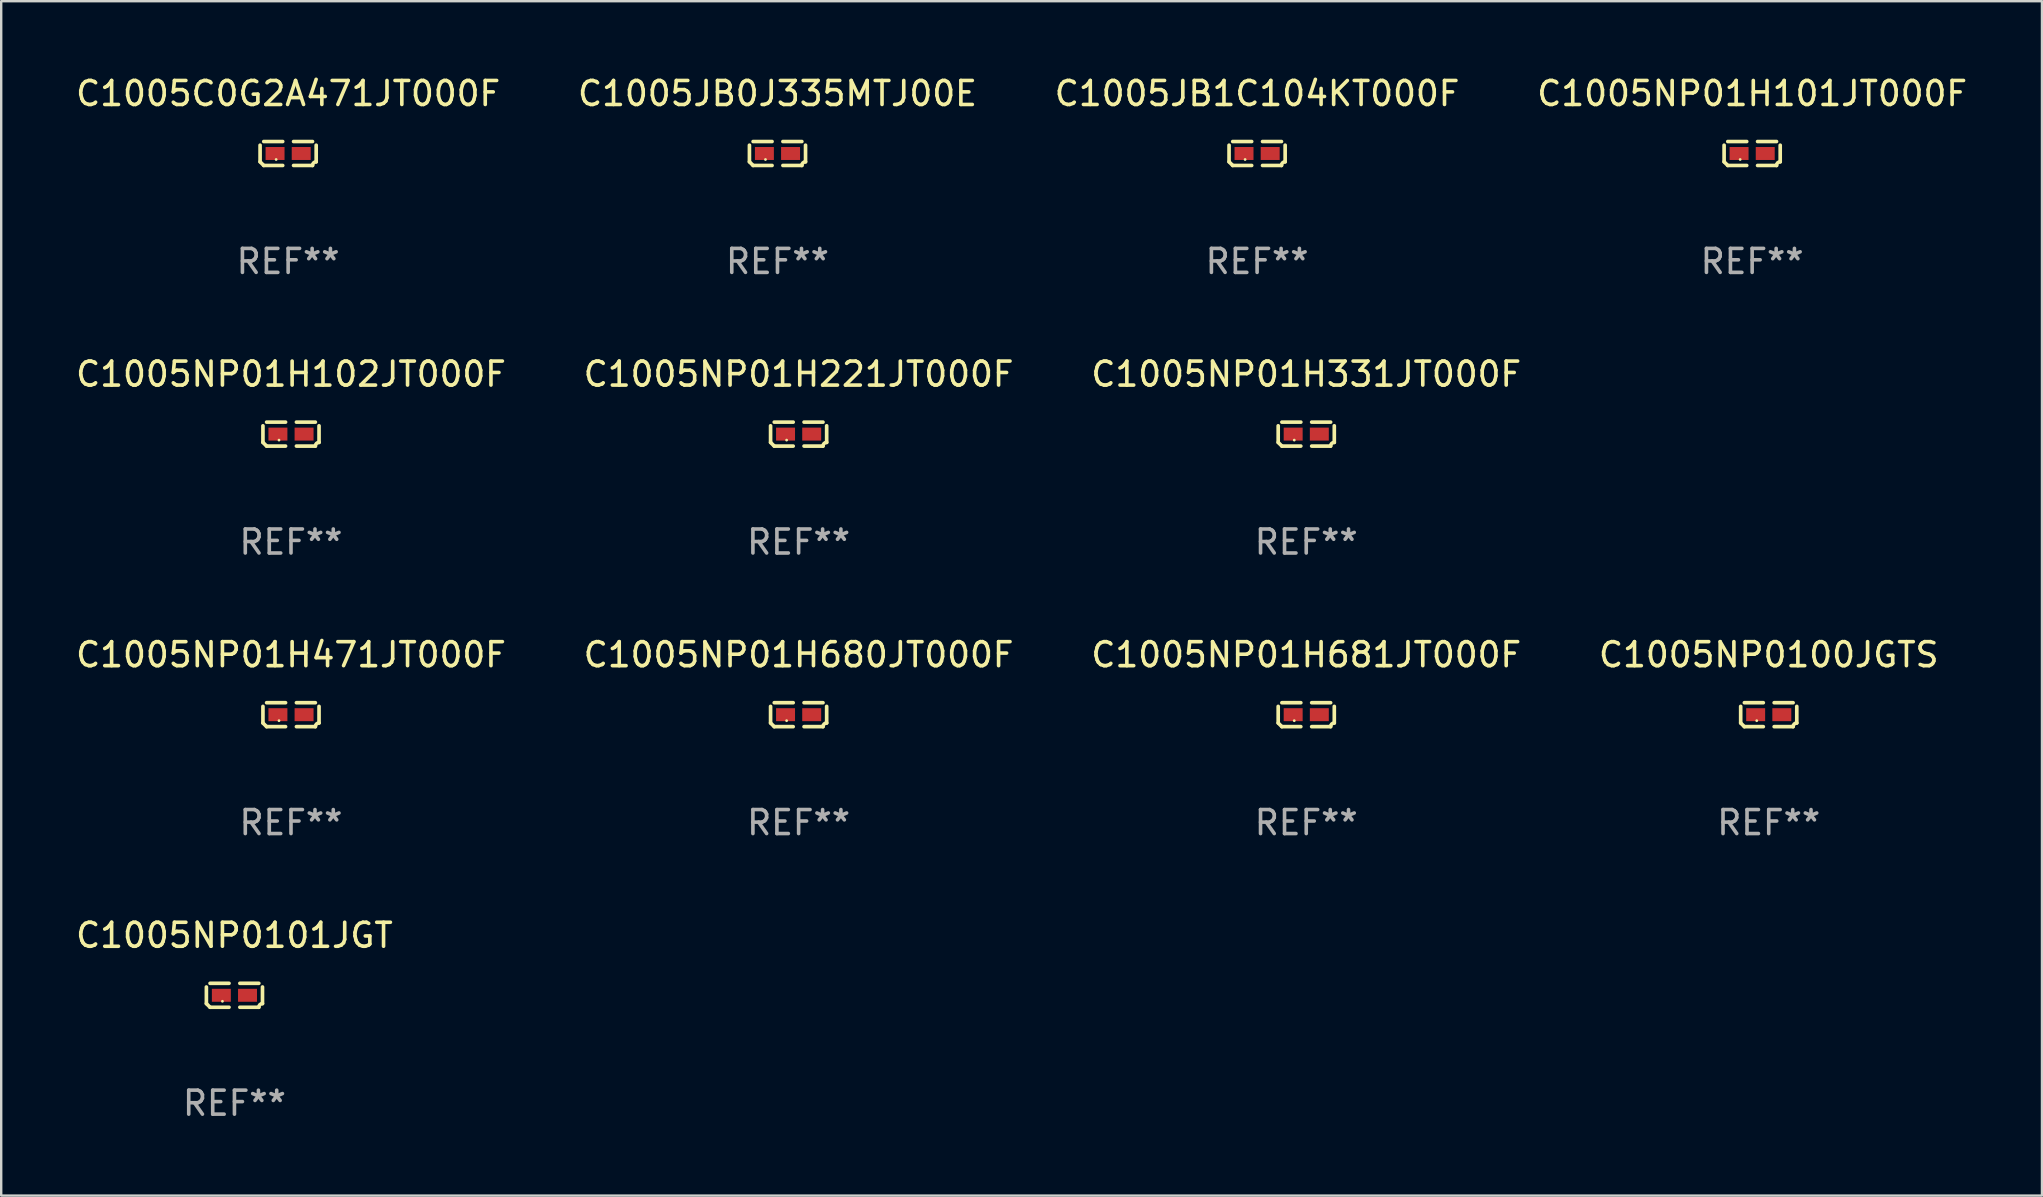
<source format=kicad_pcb>
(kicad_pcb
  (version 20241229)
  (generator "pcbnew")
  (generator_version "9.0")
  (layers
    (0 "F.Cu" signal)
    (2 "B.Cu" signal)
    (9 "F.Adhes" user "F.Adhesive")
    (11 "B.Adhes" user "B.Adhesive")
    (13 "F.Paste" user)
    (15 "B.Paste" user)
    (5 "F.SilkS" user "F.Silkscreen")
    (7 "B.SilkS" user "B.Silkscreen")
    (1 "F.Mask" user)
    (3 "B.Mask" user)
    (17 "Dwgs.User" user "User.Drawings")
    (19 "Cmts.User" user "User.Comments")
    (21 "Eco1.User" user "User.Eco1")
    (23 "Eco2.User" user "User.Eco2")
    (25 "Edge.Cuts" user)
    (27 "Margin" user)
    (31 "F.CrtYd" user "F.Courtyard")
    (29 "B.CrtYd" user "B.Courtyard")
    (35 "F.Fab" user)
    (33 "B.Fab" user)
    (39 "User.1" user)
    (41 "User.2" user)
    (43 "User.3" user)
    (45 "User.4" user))
  (footprint "C1005JB1C104KT000F"
    (layer "F.Cu")
    (at 49.339 3.347)
    (property "Reference" "C1005JB1C104KT000F" (at 0 -2.499 0) (layer "F.SilkS") (effects (font (size 1 1) (thickness 0.15))))
    (attr through_hole)
    (fp_line (start -1.169 0.346) (end -1.169 -0.346) (stroke (width 0.152) (type solid)) (layer "F.SilkS"))
    (fp_line (start -1.016 -0.499) (end -0.226 -0.499) (stroke (width 0.152) (type solid)) (layer "F.SilkS"))
    (fp_line (start -0.226 0.499) (end -1.016 0.499) (stroke (width 0.152) (type solid)) (layer "F.SilkS"))
    (fp_line (start 0.226 0.499) (end 1.016 0.499) (stroke (width 0.152) (type solid)) (layer "F.SilkS"))
    (fp_line (start 1.016 -0.499) (end 0.226 -0.499) (stroke (width 0.152) (type solid)) (layer "F.SilkS"))
    (fp_line (start 1.169 0.346) (end 1.169 -0.346) (stroke (width 0.152) (type solid)) (layer "F.SilkS"))
    (fp_arc (start -1.016307 0.498603) (mid -1.092512 0.422405) (end -1.16871 0.3462) (stroke (width 0.1524) (type solid)) (layer "F.SilkS"))
    (fp_arc (start 1.016307 0.498603) (mid 1.060899 0.390758) (end 1.168707 0.346076) (stroke (width 0.1524) (type solid)) (layer "F.SilkS"))
    (fp_circle (center -0.5 0.25) (end -0.47 0.25) (stroke (width 0.06) (type solid)) (fill no) (layer "F.SilkS"))
    (fp_text user "REF**" (at 0 4.499 0) (layer "F.Fab") (effects (font (size 1 1) (thickness 0.15))))
    (pad "1" smd rect (at -0.545 0) (size 0.79 0.54) (layers "F.Cu" "F.Mask" "F.Paste"))
    (pad "2" smd rect (at 0.545 0) (size 0.79 0.54) (layers "F.Cu" "F.Mask" "F.Paste")))
  (footprint "C1005C0G2A471JT000F"
    (layer "F.Cu")
    (at 8.958 3.347)
    (property "Reference" "C1005C0G2A471JT000F" (at 0 -2.499 0) (layer "F.SilkS") (effects (font (size 1 1) (thickness 0.15))))
    (attr through_hole)
    (fp_line (start -1.169 0.346) (end -1.169 -0.346) (stroke (width 0.152) (type solid)) (layer "F.SilkS"))
    (fp_line (start -1.016 -0.499) (end -0.226 -0.499) (stroke (width 0.152) (type solid)) (layer "F.SilkS"))
    (fp_line (start -0.226 0.499) (end -1.016 0.499) (stroke (width 0.152) (type solid)) (layer "F.SilkS"))
    (fp_line (start 0.226 0.499) (end 1.016 0.499) (stroke (width 0.152) (type solid)) (layer "F.SilkS"))
    (fp_line (start 1.016 -0.499) (end 0.226 -0.499) (stroke (width 0.152) (type solid)) (layer "F.SilkS"))
    (fp_line (start 1.169 0.346) (end 1.169 -0.346) (stroke (width 0.152) (type solid)) (layer "F.SilkS"))
    (fp_arc (start -1.016307 0.498603) (mid -1.092512 0.422405) (end -1.16871 0.3462) (stroke (width 0.1524) (type solid)) (layer "F.SilkS"))
    (fp_arc (start 1.016307 0.498603) (mid 1.060899 0.390758) (end 1.168707 0.346076) (stroke (width 0.1524) (type solid)) (layer "F.SilkS"))
    (fp_circle (center -0.5 0.25) (end -0.47 0.25) (stroke (width 0.06) (type solid)) (fill no) (layer "F.SilkS"))
    (fp_text user "REF**" (at 0 4.499 0) (layer "F.Fab") (effects (font (size 1 1) (thickness 0.15))))
    (pad "1" smd rect (at -0.545 0) (size 0.79 0.54) (layers "F.Cu" "F.Mask" "F.Paste"))
    (pad "2" smd rect (at 0.545 0) (size 0.79 0.54) (layers "F.Cu" "F.Mask" "F.Paste")))
  (footprint "C1005NP0100JGTS"
    (layer "F.Cu")
    (at 70.661 26.734)
    (property "Reference" "C1005NP0100JGTS" (at 0 -2.499 0) (layer "F.SilkS") (effects (font (size 1 1) (thickness 0.15))))
    (attr through_hole)
    (fp_line (start -1.169 0.346) (end -1.169 -0.346) (stroke (width 0.152) (type solid)) (layer "F.SilkS"))
    (fp_line (start -1.016 -0.499) (end -0.226 -0.499) (stroke (width 0.152) (type solid)) (layer "F.SilkS"))
    (fp_line (start -0.226 0.499) (end -1.016 0.499) (stroke (width 0.152) (type solid)) (layer "F.SilkS"))
    (fp_line (start 0.226 0.499) (end 1.016 0.499) (stroke (width 0.152) (type solid)) (layer "F.SilkS"))
    (fp_line (start 1.016 -0.499) (end 0.226 -0.499) (stroke (width 0.152) (type solid)) (layer "F.SilkS"))
    (fp_line (start 1.169 0.346) (end 1.169 -0.346) (stroke (width 0.152) (type solid)) (layer "F.SilkS"))
    (fp_arc (start -1.016307 0.498603) (mid -1.092512 0.422405) (end -1.16871 0.3462) (stroke (width 0.1524) (type solid)) (layer "F.SilkS"))
    (fp_arc (start 1.016307 0.498603) (mid 1.060899 0.390758) (end 1.168707 0.346076) (stroke (width 0.1524) (type solid)) (layer "F.SilkS"))
    (fp_circle (center -0.5 0.25) (end -0.47 0.25) (stroke (width 0.06) (type solid)) (fill no) (layer "F.SilkS"))
    (fp_text user "REF**" (at 0 4.499 0) (layer "F.Fab") (effects (font (size 1 1) (thickness 0.15))))
    (pad "1" smd rect (at -0.545 0) (size 0.79 0.54) (layers "F.Cu" "F.Mask" "F.Paste"))
    (pad "2" smd rect (at 0.545 0) (size 0.79 0.54) (layers "F.Cu" "F.Mask" "F.Paste")))
  (footprint "C1005NP01H681JT000F"
    (layer "F.Cu")
    (at 51.387 26.734)
    (property "Reference" "C1005NP01H681JT000F" (at 0 -2.499 0) (layer "F.SilkS") (effects (font (size 1 1) (thickness 0.15))))
    (attr through_hole)
    (fp_line (start -1.169 0.346) (end -1.169 -0.346) (stroke (width 0.152) (type solid)) (layer "F.SilkS"))
    (fp_line (start -1.016 -0.499) (end -0.226 -0.499) (stroke (width 0.152) (type solid)) (layer "F.SilkS"))
    (fp_line (start -0.226 0.499) (end -1.016 0.499) (stroke (width 0.152) (type solid)) (layer "F.SilkS"))
    (fp_line (start 0.226 0.499) (end 1.016 0.499) (stroke (width 0.152) (type solid)) (layer "F.SilkS"))
    (fp_line (start 1.016 -0.499) (end 0.226 -0.499) (stroke (width 0.152) (type solid)) (layer "F.SilkS"))
    (fp_line (start 1.169 0.346) (end 1.169 -0.346) (stroke (width 0.152) (type solid)) (layer "F.SilkS"))
    (fp_arc (start -1.016307 0.498603) (mid -1.092512 0.422405) (end -1.16871 0.3462) (stroke (width 0.1524) (type solid)) (layer "F.SilkS"))
    (fp_arc (start 1.016307 0.498603) (mid 1.060899 0.390758) (end 1.168707 0.346076) (stroke (width 0.1524) (type solid)) (layer "F.SilkS"))
    (fp_circle (center -0.5 0.25) (end -0.47 0.25) (stroke (width 0.06) (type solid)) (fill no) (layer "F.SilkS"))
    (fp_text user "REF**" (at 0 4.499 0) (layer "F.Fab") (effects (font (size 1 1) (thickness 0.15))))
    (pad "1" smd rect (at -0.545 0) (size 0.79 0.54) (layers "F.Cu" "F.Mask" "F.Paste"))
    (pad "2" smd rect (at 0.545 0) (size 0.79 0.54) (layers "F.Cu" "F.Mask" "F.Paste")))
  (footprint "C1005NP01H471JT000F"
    (layer "F.Cu")
    (at 9.077 26.734)
    (property "Reference" "C1005NP01H471JT000F" (at 0 -2.499 0) (layer "F.SilkS") (effects (font (size 1 1) (thickness 0.15))))
    (attr through_hole)
    (fp_line (start -1.169 0.346) (end -1.169 -0.346) (stroke (width 0.152) (type solid)) (layer "F.SilkS"))
    (fp_line (start -1.016 -0.499) (end -0.226 -0.499) (stroke (width 0.152) (type solid)) (layer "F.SilkS"))
    (fp_line (start -0.226 0.499) (end -1.016 0.499) (stroke (width 0.152) (type solid)) (layer "F.SilkS"))
    (fp_line (start 0.226 0.499) (end 1.016 0.499) (stroke (width 0.152) (type solid)) (layer "F.SilkS"))
    (fp_line (start 1.016 -0.499) (end 0.226 -0.499) (stroke (width 0.152) (type solid)) (layer "F.SilkS"))
    (fp_line (start 1.169 0.346) (end 1.169 -0.346) (stroke (width 0.152) (type solid)) (layer "F.SilkS"))
    (fp_arc (start -1.016307 0.498603) (mid -1.092512 0.422405) (end -1.16871 0.3462) (stroke (width 0.1524) (type solid)) (layer "F.SilkS"))
    (fp_arc (start 1.016307 0.498603) (mid 1.060899 0.390758) (end 1.168707 0.346076) (stroke (width 0.1524) (type solid)) (layer "F.SilkS"))
    (fp_circle (center -0.5 0.25) (end -0.47 0.25) (stroke (width 0.06) (type solid)) (fill no) (layer "F.SilkS"))
    (fp_text user "REF**" (at 0 4.499 0) (layer "F.Fab") (effects (font (size 1 1) (thickness 0.15))))
    (pad "1" smd rect (at -0.545 0) (size 0.79 0.54) (layers "F.Cu" "F.Mask" "F.Paste"))
    (pad "2" smd rect (at 0.545 0) (size 0.79 0.54) (layers "F.Cu" "F.Mask" "F.Paste")))
  (footprint "C1005NP01H221JT000F"
    (layer "F.Cu")
    (at 30.232 15.041)
    (property "Reference" "C1005NP01H221JT000F" (at 0 -2.499 0) (layer "F.SilkS") (effects (font (size 1 1) (thickness 0.15))))
    (attr through_hole)
    (fp_line (start -1.169 0.346) (end -1.169 -0.346) (stroke (width 0.152) (type solid)) (layer "F.SilkS"))
    (fp_line (start -1.016 -0.499) (end -0.226 -0.499) (stroke (width 0.152) (type solid)) (layer "F.SilkS"))
    (fp_line (start -0.226 0.499) (end -1.016 0.499) (stroke (width 0.152) (type solid)) (layer "F.SilkS"))
    (fp_line (start 0.226 0.499) (end 1.016 0.499) (stroke (width 0.152) (type solid)) (layer "F.SilkS"))
    (fp_line (start 1.016 -0.499) (end 0.226 -0.499) (stroke (width 0.152) (type solid)) (layer "F.SilkS"))
    (fp_line (start 1.169 0.346) (end 1.169 -0.346) (stroke (width 0.152) (type solid)) (layer "F.SilkS"))
    (fp_arc (start -1.016307 0.498603) (mid -1.092512 0.422405) (end -1.16871 0.3462) (stroke (width 0.1524) (type solid)) (layer "F.SilkS"))
    (fp_arc (start 1.016307 0.498603) (mid 1.060899 0.390758) (end 1.168707 0.346076) (stroke (width 0.1524) (type solid)) (layer "F.SilkS"))
    (fp_circle (center -0.5 0.25) (end -0.47 0.25) (stroke (width 0.06) (type solid)) (fill no) (layer "F.SilkS"))
    (fp_text user "REF**" (at 0 4.499 0) (layer "F.Fab") (effects (font (size 1 1) (thickness 0.15))))
    (pad "1" smd rect (at -0.545 0) (size 0.79 0.54) (layers "F.Cu" "F.Mask" "F.Paste"))
    (pad "2" smd rect (at 0.545 0) (size 0.79 0.54) (layers "F.Cu" "F.Mask" "F.Paste")))
  (footprint "C1005JB0J335MTJ00E"
    (layer "F.Cu")
    (at 29.351 3.347)
    (property "Reference" "C1005JB0J335MTJ00E" (at 0 -2.499 0) (layer "F.SilkS") (effects (font (size 1 1) (thickness 0.15))))
    (attr through_hole)
    (fp_line (start -1.169 0.346) (end -1.169 -0.346) (stroke (width 0.152) (type solid)) (layer "F.SilkS"))
    (fp_line (start -1.016 -0.499) (end -0.226 -0.499) (stroke (width 0.152) (type solid)) (layer "F.SilkS"))
    (fp_line (start -0.226 0.499) (end -1.016 0.499) (stroke (width 0.152) (type solid)) (layer "F.SilkS"))
    (fp_line (start 0.226 0.499) (end 1.016 0.499) (stroke (width 0.152) (type solid)) (layer "F.SilkS"))
    (fp_line (start 1.016 -0.499) (end 0.226 -0.499) (stroke (width 0.152) (type solid)) (layer "F.SilkS"))
    (fp_line (start 1.169 0.346) (end 1.169 -0.346) (stroke (width 0.152) (type solid)) (layer "F.SilkS"))
    (fp_arc (start -1.016307 0.498603) (mid -1.092512 0.422405) (end -1.16871 0.3462) (stroke (width 0.1524) (type solid)) (layer "F.SilkS"))
    (fp_arc (start 1.016307 0.498603) (mid 1.060899 0.390758) (end 1.168707 0.346076) (stroke (width 0.1524) (type solid)) (layer "F.SilkS"))
    (fp_circle (center -0.5 0.25) (end -0.47 0.25) (stroke (width 0.06) (type solid)) (fill no) (layer "F.SilkS"))
    (fp_text user "REF**" (at 0 4.499 0) (layer "F.Fab") (effects (font (size 1 1) (thickness 0.15))))
    (pad "1" smd rect (at -0.545 0) (size 0.79 0.54) (layers "F.Cu" "F.Mask" "F.Paste"))
    (pad "2" smd rect (at 0.545 0) (size 0.79 0.54) (layers "F.Cu" "F.Mask" "F.Paste")))
  (footprint "C1005NP01H102JT000F"
    (layer "F.Cu")
    (at 9.077 15.041)
    (property "Reference" "C1005NP01H102JT000F" (at 0 -2.499 0) (layer "F.SilkS") (effects (font (size 1 1) (thickness 0.15))))
    (attr through_hole)
    (fp_line (start -1.169 0.346) (end -1.169 -0.346) (stroke (width 0.152) (type solid)) (layer "F.SilkS"))
    (fp_line (start -1.016 -0.499) (end -0.226 -0.499) (stroke (width 0.152) (type solid)) (layer "F.SilkS"))
    (fp_line (start -0.226 0.499) (end -1.016 0.499) (stroke (width 0.152) (type solid)) (layer "F.SilkS"))
    (fp_line (start 0.226 0.499) (end 1.016 0.499) (stroke (width 0.152) (type solid)) (layer "F.SilkS"))
    (fp_line (start 1.016 -0.499) (end 0.226 -0.499) (stroke (width 0.152) (type solid)) (layer "F.SilkS"))
    (fp_line (start 1.169 0.346) (end 1.169 -0.346) (stroke (width 0.152) (type solid)) (layer "F.SilkS"))
    (fp_arc (start -1.016307 0.498603) (mid -1.092512 0.422405) (end -1.16871 0.3462) (stroke (width 0.1524) (type solid)) (layer "F.SilkS"))
    (fp_arc (start 1.016307 0.498603) (mid 1.060899 0.390758) (end 1.168707 0.346076) (stroke (width 0.1524) (type solid)) (layer "F.SilkS"))
    (fp_circle (center -0.5 0.25) (end -0.47 0.25) (stroke (width 0.06) (type solid)) (fill no) (layer "F.SilkS"))
    (fp_text user "REF**" (at 0 4.499 0) (layer "F.Fab") (effects (font (size 1 1) (thickness 0.15))))
    (pad "1" smd rect (at -0.545 0) (size 0.79 0.54) (layers "F.Cu" "F.Mask" "F.Paste"))
    (pad "2" smd rect (at 0.545 0) (size 0.79 0.54) (layers "F.Cu" "F.Mask" "F.Paste")))
  (footprint "C1005NP01H331JT000F"
    (layer "F.Cu")
    (at 51.387 15.041)
    (property "Reference" "C1005NP01H331JT000F" (at 0 -2.499 0) (layer "F.SilkS") (effects (font (size 1 1) (thickness 0.15))))
    (attr through_hole)
    (fp_line (start -1.169 0.346) (end -1.169 -0.346) (stroke (width 0.152) (type solid)) (layer "F.SilkS"))
    (fp_line (start -1.016 -0.499) (end -0.226 -0.499) (stroke (width 0.152) (type solid)) (layer "F.SilkS"))
    (fp_line (start -0.226 0.499) (end -1.016 0.499) (stroke (width 0.152) (type solid)) (layer "F.SilkS"))
    (fp_line (start 0.226 0.499) (end 1.016 0.499) (stroke (width 0.152) (type solid)) (layer "F.SilkS"))
    (fp_line (start 1.016 -0.499) (end 0.226 -0.499) (stroke (width 0.152) (type solid)) (layer "F.SilkS"))
    (fp_line (start 1.169 0.346) (end 1.169 -0.346) (stroke (width 0.152) (type solid)) (layer "F.SilkS"))
    (fp_arc (start -1.016307 0.498603) (mid -1.092512 0.422405) (end -1.16871 0.3462) (stroke (width 0.1524) (type solid)) (layer "F.SilkS"))
    (fp_arc (start 1.016307 0.498603) (mid 1.060899 0.390758) (end 1.168707 0.346076) (stroke (width 0.1524) (type solid)) (layer "F.SilkS"))
    (fp_circle (center -0.5 0.25) (end -0.47 0.25) (stroke (width 0.06) (type solid)) (fill no) (layer "F.SilkS"))
    (fp_text user "REF**" (at 0 4.499 0) (layer "F.Fab") (effects (font (size 1 1) (thickness 0.15))))
    (pad "1" smd rect (at -0.545 0) (size 0.79 0.54) (layers "F.Cu" "F.Mask" "F.Paste"))
    (pad "2" smd rect (at 0.545 0) (size 0.79 0.54) (layers "F.Cu" "F.Mask" "F.Paste")))
  (footprint "C1005NP01H101JT000F"
    (layer "F.Cu")
    (at 69.97 3.347)
    (property "Reference" "C1005NP01H101JT000F" (at 0 -2.499 0) (layer "F.SilkS") (effects (font (size 1 1) (thickness 0.15))))
    (attr through_hole)
    (fp_line (start -1.169 0.346) (end -1.169 -0.346) (stroke (width 0.152) (type solid)) (layer "F.SilkS"))
    (fp_line (start -1.016 -0.499) (end -0.226 -0.499) (stroke (width 0.152) (type solid)) (layer "F.SilkS"))
    (fp_line (start -0.226 0.499) (end -1.016 0.499) (stroke (width 0.152) (type solid)) (layer "F.SilkS"))
    (fp_line (start 0.226 0.499) (end 1.016 0.499) (stroke (width 0.152) (type solid)) (layer "F.SilkS"))
    (fp_line (start 1.016 -0.499) (end 0.226 -0.499) (stroke (width 0.152) (type solid)) (layer "F.SilkS"))
    (fp_line (start 1.169 0.346) (end 1.169 -0.346) (stroke (width 0.152) (type solid)) (layer "F.SilkS"))
    (fp_arc (start -1.016307 0.498603) (mid -1.092512 0.422405) (end -1.16871 0.3462) (stroke (width 0.1524) (type solid)) (layer "F.SilkS"))
    (fp_arc (start 1.016307 0.498603) (mid 1.060899 0.390758) (end 1.168707 0.346076) (stroke (width 0.1524) (type solid)) (layer "F.SilkS"))
    (fp_circle (center -0.5 0.25) (end -0.47 0.25) (stroke (width 0.06) (type solid)) (fill no) (layer "F.SilkS"))
    (fp_text user "REF**" (at 0 4.499 0) (layer "F.Fab") (effects (font (size 1 1) (thickness 0.15))))
    (pad "1" smd rect (at -0.545 0) (size 0.79 0.54) (layers "F.Cu" "F.Mask" "F.Paste"))
    (pad "2" smd rect (at 0.545 0) (size 0.79 0.54) (layers "F.Cu" "F.Mask" "F.Paste")))
  (footprint "C1005NP0101JGT"
    (layer "F.Cu")
    (at 6.72 38.428)
    (property "Reference" "C1005NP0101JGT" (at 0 -2.499 0) (layer "F.SilkS") (effects (font (size 1 1) (thickness 0.15))))
    (attr through_hole)
    (fp_line (start -1.169 0.346) (end -1.169 -0.346) (stroke (width 0.152) (type solid)) (layer "F.SilkS"))
    (fp_line (start -1.016 -0.499) (end -0.226 -0.499) (stroke (width 0.152) (type solid)) (layer "F.SilkS"))
    (fp_line (start -0.226 0.499) (end -1.016 0.499) (stroke (width 0.152) (type solid)) (layer "F.SilkS"))
    (fp_line (start 0.226 0.499) (end 1.016 0.499) (stroke (width 0.152) (type solid)) (layer "F.SilkS"))
    (fp_line (start 1.016 -0.499) (end 0.226 -0.499) (stroke (width 0.152) (type solid)) (layer "F.SilkS"))
    (fp_line (start 1.169 0.346) (end 1.169 -0.346) (stroke (width 0.152) (type solid)) (layer "F.SilkS"))
    (fp_arc (start -1.016307 0.498603) (mid -1.092512 0.422405) (end -1.16871 0.3462) (stroke (width 0.1524) (type solid)) (layer "F.SilkS"))
    (fp_arc (start 1.016307 0.498603) (mid 1.060899 0.390758) (end 1.168707 0.346076) (stroke (width 0.1524) (type solid)) (layer "F.SilkS"))
    (fp_circle (center -0.5 0.25) (end -0.47 0.25) (stroke (width 0.06) (type solid)) (fill no) (layer "F.SilkS"))
    (fp_text user "REF**" (at 0 4.499 0) (layer "F.Fab") (effects (font (size 1 1) (thickness 0.15))))
    (pad "1" smd rect (at -0.545 0) (size 0.79 0.54) (layers "F.Cu" "F.Mask" "F.Paste"))
    (pad "2" smd rect (at 0.545 0) (size 0.79 0.54) (layers "F.Cu" "F.Mask" "F.Paste")))
  (footprint "C1005NP01H680JT000F"
    (layer "F.Cu")
    (at 30.232 26.734)
    (property "Reference" "C1005NP01H680JT000F" (at 0 -2.499 0) (layer "F.SilkS") (effects (font (size 1 1) (thickness 0.15))))
    (attr through_hole)
    (fp_line (start -1.169 0.346) (end -1.169 -0.346) (stroke (width 0.152) (type solid)) (layer "F.SilkS"))
    (fp_line (start -1.016 -0.499) (end -0.226 -0.499) (stroke (width 0.152) (type solid)) (layer "F.SilkS"))
    (fp_line (start -0.226 0.499) (end -1.016 0.499) (stroke (width 0.152) (type solid)) (layer "F.SilkS"))
    (fp_line (start 0.226 0.499) (end 1.016 0.499) (stroke (width 0.152) (type solid)) (layer "F.SilkS"))
    (fp_line (start 1.016 -0.499) (end 0.226 -0.499) (stroke (width 0.152) (type solid)) (layer "F.SilkS"))
    (fp_line (start 1.169 0.346) (end 1.169 -0.346) (stroke (width 0.152) (type solid)) (layer "F.SilkS"))
    (fp_arc (start -1.016307 0.498603) (mid -1.092512 0.422405) (end -1.16871 0.3462) (stroke (width 0.1524) (type solid)) (layer "F.SilkS"))
    (fp_arc (start 1.016307 0.498603) (mid 1.060899 0.390758) (end 1.168707 0.346076) (stroke (width 0.1524) (type solid)) (layer "F.SilkS"))
    (fp_circle (center -0.5 0.25) (end -0.47 0.25) (stroke (width 0.06) (type solid)) (fill no) (layer "F.SilkS"))
    (fp_text user "REF**" (at 0 4.499 0) (layer "F.Fab") (effects (font (size 1 1) (thickness 0.15))))
    (pad "1" smd rect (at -0.545 0) (size 0.79 0.54) (layers "F.Cu" "F.Mask" "F.Paste"))
    (pad "2" smd rect (at 0.545 0) (size 0.79 0.54) (layers "F.Cu" "F.Mask" "F.Paste")))
  (gr_rect
    (start -3 -3)
    (end 82.048 46.775)
    (stroke (width 0.1) (type default))
    (fill no)
    (layer "Edge.Cuts")))
</source>
